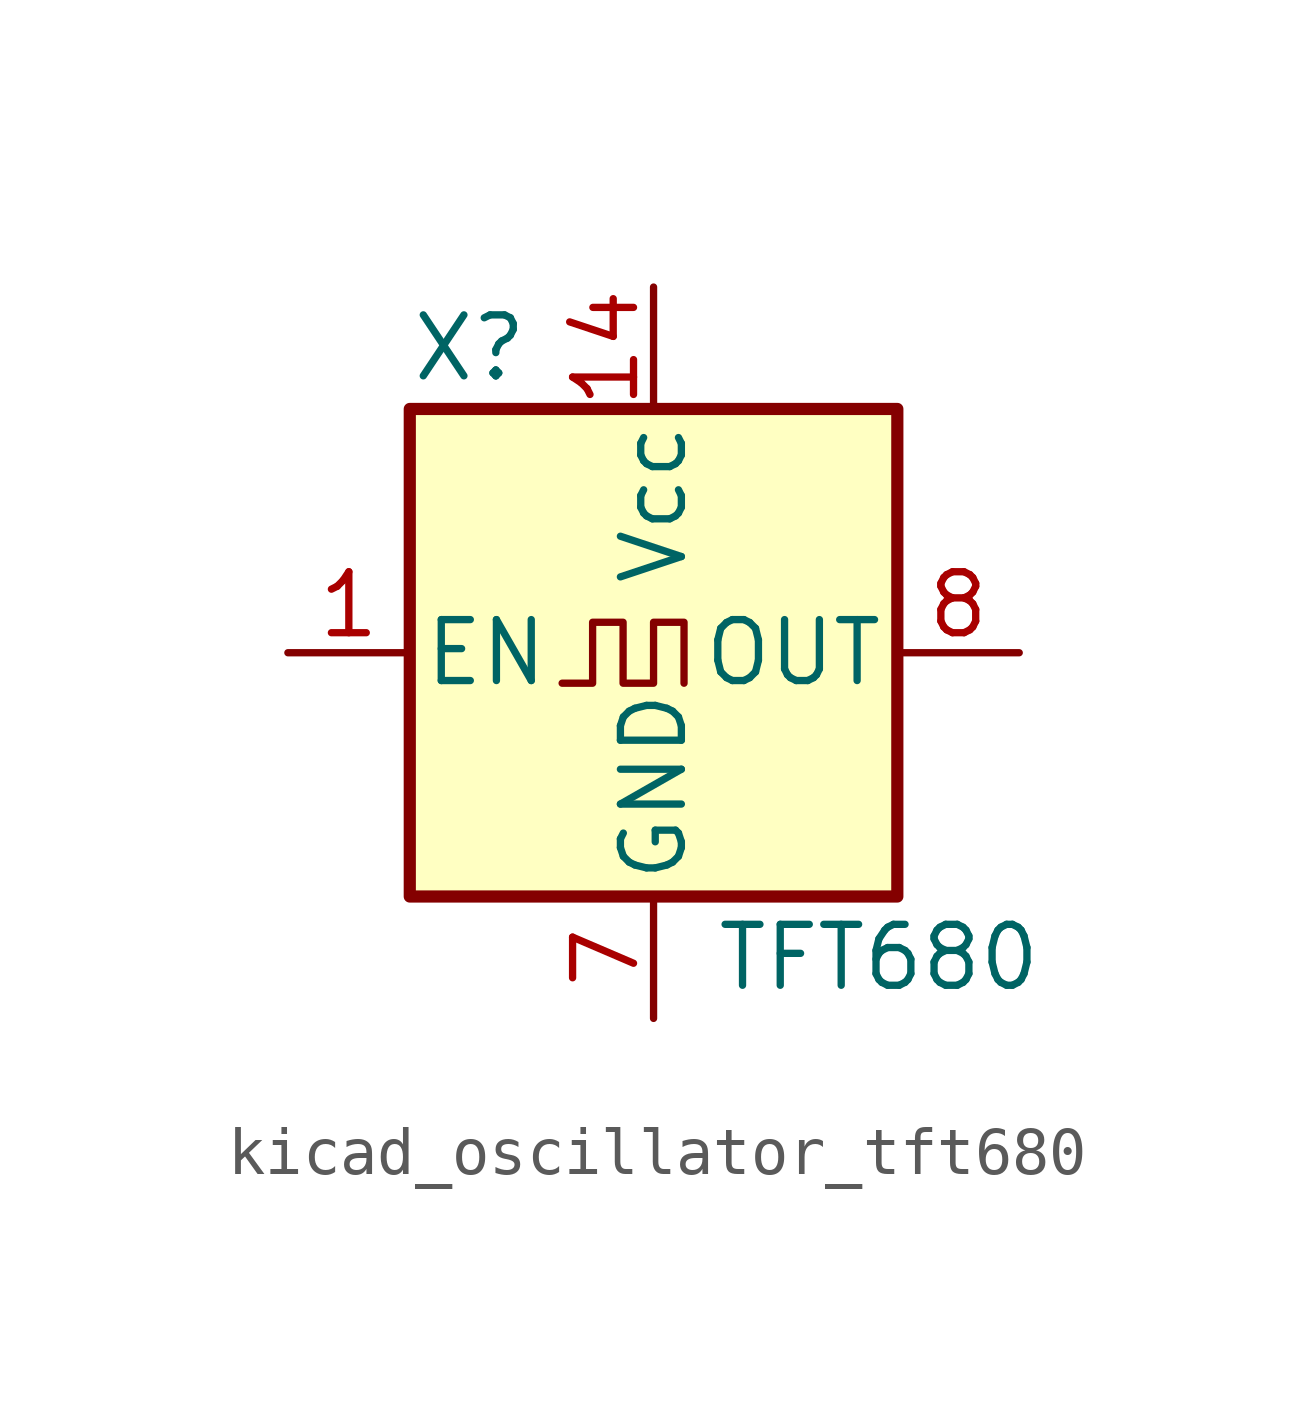
<source format=kicad_sym>
(kicad_symbol_lib
  (version 20220914)
  (generator kicad_symbol_editor)
  (symbol "kicad_oscillator_tft680"
    (pin_names
      (offset 0.254))
    (property "Reference" "X"
      (at -5.08 6.35 0)
      (effects (font (size 1.27 1.27)) (justify left)))
    (property "Value" "TFT680"
      (at 1.27 -6.35 0)
      (effects (font (size 1.27 1.27)) (justify left)))
    (symbol "kicad_oscillator_tft680_0_1"
      (rectangle (start -5.08 5.08) (end 5.08 -5.08) (stroke (width 0.254) (type default)) (fill (type background)))
      (polyline (pts (xy -1.905 -0.635) (xy -1.27 -0.635) (xy -1.27 0.635) (xy -0.635 0.635) (xy -0.635 -0.635) (xy 0 -0.635) (xy 0 0.635) (xy 0.635 0.635) (xy 0.635 -0.635)) (stroke (width 0) (type default)) (fill (type none))))
    (symbol "kicad_oscillator_tft680_1_1"
      (pin input line (at -7.62 0 0) (length 2.54) (name "EN" (effects (font (size 1.27 1.27)))) (number "1" (effects (font (size 1.27 1.27)))))
      (pin power_in line (at 0 7.62 270) (length 2.54) (name "Vcc" (effects (font (size 1.27 1.27)))) (number "14" (effects (font (size 1.27 1.27)))))
      (pin power_in line (at 0 -7.62 90) (length 2.54) (name "GND" (effects (font (size 1.27 1.27)))) (number "7" (effects (font (size 1.27 1.27)))))
      (pin output line (at 7.62 0 180) (length 2.54) (name "OUT" (effects (font (size 1.27 1.27)))) (number "8" (effects (font (size 1.27 1.27))))))))
</source>
